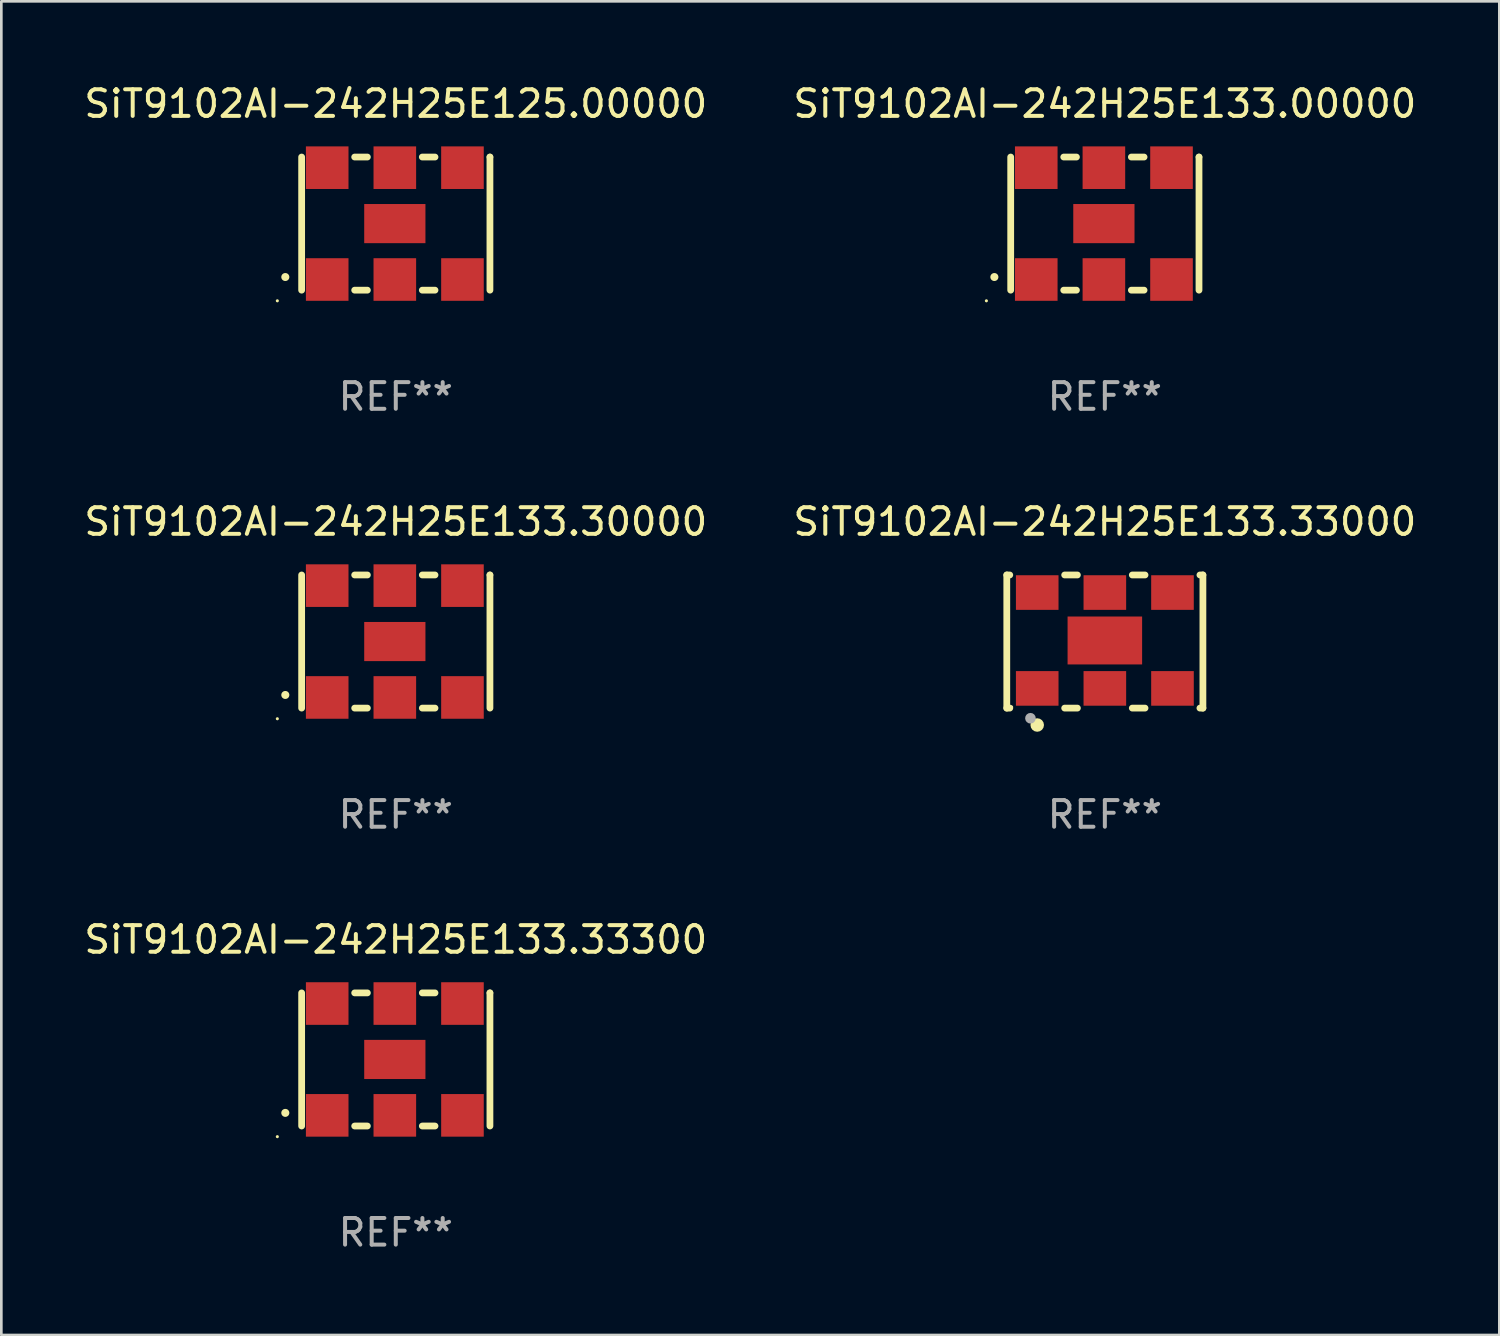
<source format=kicad_pcb>
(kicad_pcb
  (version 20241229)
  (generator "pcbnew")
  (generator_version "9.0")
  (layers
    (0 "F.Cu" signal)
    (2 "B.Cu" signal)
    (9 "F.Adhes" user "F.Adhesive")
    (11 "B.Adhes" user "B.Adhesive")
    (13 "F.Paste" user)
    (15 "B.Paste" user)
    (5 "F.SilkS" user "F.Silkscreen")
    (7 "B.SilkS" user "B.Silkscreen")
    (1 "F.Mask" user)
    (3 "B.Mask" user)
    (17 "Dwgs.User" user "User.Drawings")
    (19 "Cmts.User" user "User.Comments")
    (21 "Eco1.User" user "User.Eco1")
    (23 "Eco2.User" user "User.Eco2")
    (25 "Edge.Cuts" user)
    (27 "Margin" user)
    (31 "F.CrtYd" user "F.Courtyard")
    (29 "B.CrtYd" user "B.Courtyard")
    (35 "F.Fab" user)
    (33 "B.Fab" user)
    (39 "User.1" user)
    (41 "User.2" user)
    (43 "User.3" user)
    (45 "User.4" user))
  (footprint "SiT9102AI-242H25E125.00000"
    (layer "F.Cu")
    (at 11.815 5.348)
    (property "Reference" "SiT9102AI-242H25E125.00000" (at 0 -4.5 0) (layer "F.SilkS") (effects (font (size 1 1) (thickness 0.15))))
    (attr through_hole)
    (fp_line (start -3.536 -2.5) (end -3.536 2.5) (stroke (width 0.254) (type solid)) (layer "F.SilkS"))
    (fp_line (start -1.544 2.5) (end -1.067 2.5) (stroke (width 0.254) (type solid)) (layer "F.SilkS"))
    (fp_line (start -1.067 -2.5) (end -1.544 -2.5) (stroke (width 0.254) (type solid)) (layer "F.SilkS"))
    (fp_line (start 0.996 2.5) (end 1.473 2.5) (stroke (width 0.254) (type solid)) (layer "F.SilkS"))
    (fp_line (start 1.473 -2.5) (end 0.996 -2.5) (stroke (width 0.254) (type solid)) (layer "F.SilkS"))
    (fp_line (start 3.536 -2.5) (end 3.536 -2.5) (stroke (width 0.254) (type solid)) (layer "F.SilkS"))
    (fp_line (start 3.536 2.5) (end 3.536 -2.5) (stroke (width 0.254) (type solid)) (layer "F.SilkS"))
    (fp_arc (start -4.150432 2.006604) (mid -4.149162 2.006599) (end -4.147892 2.006604) (stroke (width 0.3) (type solid)) (layer "F.SilkS"))
    (fp_circle (center -4.449 2.9) (end -4.419 2.9) (stroke (width 0.06) (type solid)) (fill no) (layer "F.SilkS"))
    (fp_text user "REF**" (at 0 6.5 0) (layer "F.Fab") (effects (font (size 1 1) (thickness 0.15))))
    (pad "1" smd rect (at -2.576 2.1) (size 1.6 1.6) (layers "F.Cu" "F.Mask" "F.Paste"))
    (pad "2" smd rect (at -0.036 2.1) (size 1.6 1.6) (layers "F.Cu" "F.Mask" "F.Paste"))
    (pad "3" smd rect (at 2.504 2.1) (size 1.6 1.6) (layers "F.Cu" "F.Mask" "F.Paste"))
    (pad "4" smd rect (at 2.504 -2.1) (size 1.6 1.6) (layers "F.Cu" "F.Mask" "F.Paste"))
    (pad "5" smd rect (at -0.036 -2.1) (size 1.6 1.6) (layers "F.Cu" "F.Mask" "F.Paste"))
    (pad "6" smd rect (at -2.576 -2.1) (size 1.6 1.6) (layers "F.Cu" "F.Mask" "F.Paste"))
    (pad "7" smd rect (at -0.036 0) (size 2.3 1.47) (layers "F.Cu" "F.Mask" "F.Paste")))
  (footprint "SiT9102AI-242H25E133.30000"
    (layer "F.Cu")
    (at 11.815 21.045)
    (property "Reference" "SiT9102AI-242H25E133.30000" (at 0 -4.5 0) (layer "F.SilkS") (effects (font (size 1 1) (thickness 0.15))))
    (attr through_hole)
    (fp_line (start -3.536 -2.5) (end -3.536 2.5) (stroke (width 0.254) (type solid)) (layer "F.SilkS"))
    (fp_line (start -1.544 2.5) (end -1.067 2.5) (stroke (width 0.254) (type solid)) (layer "F.SilkS"))
    (fp_line (start -1.067 -2.5) (end -1.544 -2.5) (stroke (width 0.254) (type solid)) (layer "F.SilkS"))
    (fp_line (start 0.996 2.5) (end 1.473 2.5) (stroke (width 0.254) (type solid)) (layer "F.SilkS"))
    (fp_line (start 1.473 -2.5) (end 0.996 -2.5) (stroke (width 0.254) (type solid)) (layer "F.SilkS"))
    (fp_line (start 3.536 -2.5) (end 3.536 -2.5) (stroke (width 0.254) (type solid)) (layer "F.SilkS"))
    (fp_line (start 3.536 2.5) (end 3.536 -2.5) (stroke (width 0.254) (type solid)) (layer "F.SilkS"))
    (fp_arc (start -4.150432 2.006604) (mid -4.149162 2.006599) (end -4.147892 2.006604) (stroke (width 0.3) (type solid)) (layer "F.SilkS"))
    (fp_circle (center -4.449 2.9) (end -4.419 2.9) (stroke (width 0.06) (type solid)) (fill no) (layer "F.SilkS"))
    (fp_text user "REF**" (at 0 6.5 0) (layer "F.Fab") (effects (font (size 1 1) (thickness 0.15))))
    (pad "1" smd rect (at -2.576 2.1) (size 1.6 1.6) (layers "F.Cu" "F.Mask" "F.Paste"))
    (pad "2" smd rect (at -0.036 2.1) (size 1.6 1.6) (layers "F.Cu" "F.Mask" "F.Paste"))
    (pad "3" smd rect (at 2.504 2.1) (size 1.6 1.6) (layers "F.Cu" "F.Mask" "F.Paste"))
    (pad "4" smd rect (at 2.504 -2.1) (size 1.6 1.6) (layers "F.Cu" "F.Mask" "F.Paste"))
    (pad "5" smd rect (at -0.036 -2.1) (size 1.6 1.6) (layers "F.Cu" "F.Mask" "F.Paste"))
    (pad "6" smd rect (at -2.576 -2.1) (size 1.6 1.6) (layers "F.Cu" "F.Mask" "F.Paste"))
    (pad "7" smd rect (at -0.036 0) (size 2.3 1.47) (layers "F.Cu" "F.Mask" "F.Paste")))
  (footprint "SiT9102AI-242H25E133.33000"
    (layer "F.Cu")
    (at 38.446 21.045)
    (property "Reference" "SiT9102AI-242H25E133.33000" (at 0 -4.5 0) (layer "F.SilkS") (effects (font (size 1 1) (thickness 0.15))))
    (attr through_hole)
    (fp_line (start -3.683 -2.5) (end -3.571 -2.5) (stroke (width 0.254) (type solid)) (layer "F.SilkS"))
    (fp_line (start -3.683 2.5) (end -3.683 -2.5) (stroke (width 0.254) (type solid)) (layer "F.SilkS"))
    (fp_line (start -3.683 2.5) (end -3.571 2.5) (stroke (width 0.254) (type solid)) (layer "F.SilkS"))
    (fp_line (start -1.509 -2.5) (end -1.031 -2.5) (stroke (width 0.254) (type solid)) (layer "F.SilkS"))
    (fp_line (start -1.509 2.5) (end -1.031 2.5) (stroke (width 0.254) (type solid)) (layer "F.SilkS"))
    (fp_line (start 1.031 -2.5) (end 1.509 -2.5) (stroke (width 0.254) (type solid)) (layer "F.SilkS"))
    (fp_line (start 1.031 2.5) (end 1.509 2.5) (stroke (width 0.254) (type solid)) (layer "F.SilkS"))
    (fp_line (start 3.571 -2.5) (end 3.683 -2.5) (stroke (width 0.254) (type solid)) (layer "F.SilkS"))
    (fp_line (start 3.571 2.5) (end 3.683 2.5) (stroke (width 0.254) (type solid)) (layer "F.SilkS"))
    (fp_line (start 3.683 2.5) (end 3.683 -2.5) (stroke (width 0.254) (type solid)) (layer "F.SilkS"))
    (fp_circle (center -3.5 2.46) (end -3.47 2.46) (stroke (width 0.06) (type solid)) (fill no) (layer "F.SilkS"))
    (fp_circle (center -2.54 3.135) (end -2.413 3.135) (stroke (width 0.254) (type solid)) (fill no) (layer "F.SilkS"))
    (fp_circle (center -2.794 2.881) (end -2.694 2.881) (stroke (width 0.2) (type solid)) (fill no) (layer "F.Fab"))
    (fp_text user "REF**" (at 0 6.5 0) (layer "F.Fab") (effects (font (size 1 1) (thickness 0.15))))
    (pad "1" smd rect (at -2.54 1.76) (size 1.6 1.3) (layers "F.Cu" "F.Mask" "F.Paste"))
    (pad "2" smd rect (at 0 1.76) (size 1.6 1.3) (layers "F.Cu" "F.Mask" "F.Paste"))
    (pad "3" smd rect (at 2.54 1.76) (size 1.6 1.3) (layers "F.Cu" "F.Mask" "F.Paste"))
    (pad "4" smd rect (at 2.54 -1.84) (size 1.6 1.3) (layers "F.Cu" "F.Mask" "F.Paste"))
    (pad "5" smd rect (at 0 -1.84) (size 1.6 1.3) (layers "F.Cu" "F.Mask" "F.Paste"))
    (pad "6" smd rect (at -2.54 -1.84) (size 1.6 1.3) (layers "F.Cu" "F.Mask" "F.Paste"))
    (pad "7" smd rect (at 0 -0.04) (size 2.8 1.8) (layers "F.Cu" "F.Mask" "F.Paste")))
  (footprint "SiT9102AI-242H25E133.33300"
    (layer "F.Cu")
    (at 11.815 36.741)
    (property "Reference" "SiT9102AI-242H25E133.33300" (at 0 -4.5 0) (layer "F.SilkS") (effects (font (size 1 1) (thickness 0.15))))
    (attr through_hole)
    (fp_line (start -3.536 -2.5) (end -3.536 2.5) (stroke (width 0.254) (type solid)) (layer "F.SilkS"))
    (fp_line (start -1.544 2.5) (end -1.067 2.5) (stroke (width 0.254) (type solid)) (layer "F.SilkS"))
    (fp_line (start -1.067 -2.5) (end -1.544 -2.5) (stroke (width 0.254) (type solid)) (layer "F.SilkS"))
    (fp_line (start 0.996 2.5) (end 1.473 2.5) (stroke (width 0.254) (type solid)) (layer "F.SilkS"))
    (fp_line (start 1.473 -2.5) (end 0.996 -2.5) (stroke (width 0.254) (type solid)) (layer "F.SilkS"))
    (fp_line (start 3.536 -2.5) (end 3.536 -2.5) (stroke (width 0.254) (type solid)) (layer "F.SilkS"))
    (fp_line (start 3.536 2.5) (end 3.536 -2.5) (stroke (width 0.254) (type solid)) (layer "F.SilkS"))
    (fp_arc (start -4.150432 2.006604) (mid -4.149162 2.006599) (end -4.147892 2.006604) (stroke (width 0.3) (type solid)) (layer "F.SilkS"))
    (fp_circle (center -4.449 2.9) (end -4.419 2.9) (stroke (width 0.06) (type solid)) (fill no) (layer "F.SilkS"))
    (fp_text user "REF**" (at 0 6.5 0) (layer "F.Fab") (effects (font (size 1 1) (thickness 0.15))))
    (pad "1" smd rect (at -2.576 2.1) (size 1.6 1.6) (layers "F.Cu" "F.Mask" "F.Paste"))
    (pad "2" smd rect (at -0.036 2.1) (size 1.6 1.6) (layers "F.Cu" "F.Mask" "F.Paste"))
    (pad "3" smd rect (at 2.504 2.1) (size 1.6 1.6) (layers "F.Cu" "F.Mask" "F.Paste"))
    (pad "4" smd rect (at 2.504 -2.1) (size 1.6 1.6) (layers "F.Cu" "F.Mask" "F.Paste"))
    (pad "5" smd rect (at -0.036 -2.1) (size 1.6 1.6) (layers "F.Cu" "F.Mask" "F.Paste"))
    (pad "6" smd rect (at -2.576 -2.1) (size 1.6 1.6) (layers "F.Cu" "F.Mask" "F.Paste"))
    (pad "7" smd rect (at -0.036 0) (size 2.3 1.47) (layers "F.Cu" "F.Mask" "F.Paste")))
  (footprint "SiT9102AI-242H25E133.00000"
    (layer "F.Cu")
    (at 38.446 5.348)
    (property "Reference" "SiT9102AI-242H25E133.00000" (at 0 -4.5 0) (layer "F.SilkS") (effects (font (size 1 1) (thickness 0.15))))
    (attr through_hole)
    (fp_line (start -3.536 -2.5) (end -3.536 2.5) (stroke (width 0.254) (type solid)) (layer "F.SilkS"))
    (fp_line (start -1.544 2.5) (end -1.067 2.5) (stroke (width 0.254) (type solid)) (layer "F.SilkS"))
    (fp_line (start -1.067 -2.5) (end -1.544 -2.5) (stroke (width 0.254) (type solid)) (layer "F.SilkS"))
    (fp_line (start 0.996 2.5) (end 1.473 2.5) (stroke (width 0.254) (type solid)) (layer "F.SilkS"))
    (fp_line (start 1.473 -2.5) (end 0.996 -2.5) (stroke (width 0.254) (type solid)) (layer "F.SilkS"))
    (fp_line (start 3.536 -2.5) (end 3.536 -2.5) (stroke (width 0.254) (type solid)) (layer "F.SilkS"))
    (fp_line (start 3.536 2.5) (end 3.536 -2.5) (stroke (width 0.254) (type solid)) (layer "F.SilkS"))
    (fp_arc (start -4.150432 2.006604) (mid -4.149162 2.006599) (end -4.147892 2.006604) (stroke (width 0.3) (type solid)) (layer "F.SilkS"))
    (fp_circle (center -4.449 2.9) (end -4.419 2.9) (stroke (width 0.06) (type solid)) (fill no) (layer "F.SilkS"))
    (fp_text user "REF**" (at 0 6.5 0) (layer "F.Fab") (effects (font (size 1 1) (thickness 0.15))))
    (pad "1" smd rect (at -2.576 2.1) (size 1.6 1.6) (layers "F.Cu" "F.Mask" "F.Paste"))
    (pad "2" smd rect (at -0.036 2.1) (size 1.6 1.6) (layers "F.Cu" "F.Mask" "F.Paste"))
    (pad "3" smd rect (at 2.504 2.1) (size 1.6 1.6) (layers "F.Cu" "F.Mask" "F.Paste"))
    (pad "4" smd rect (at 2.504 -2.1) (size 1.6 1.6) (layers "F.Cu" "F.Mask" "F.Paste"))
    (pad "5" smd rect (at -0.036 -2.1) (size 1.6 1.6) (layers "F.Cu" "F.Mask" "F.Paste"))
    (pad "6" smd rect (at -2.576 -2.1) (size 1.6 1.6) (layers "F.Cu" "F.Mask" "F.Paste"))
    (pad "7" smd rect (at -0.036 0) (size 2.3 1.47) (layers "F.Cu" "F.Mask" "F.Paste")))
  (gr_rect
    (start -3 -3)
    (end 53.262 47.09)
    (stroke (width 0.1) (type default))
    (fill no)
    (layer "Edge.Cuts")))
</source>
